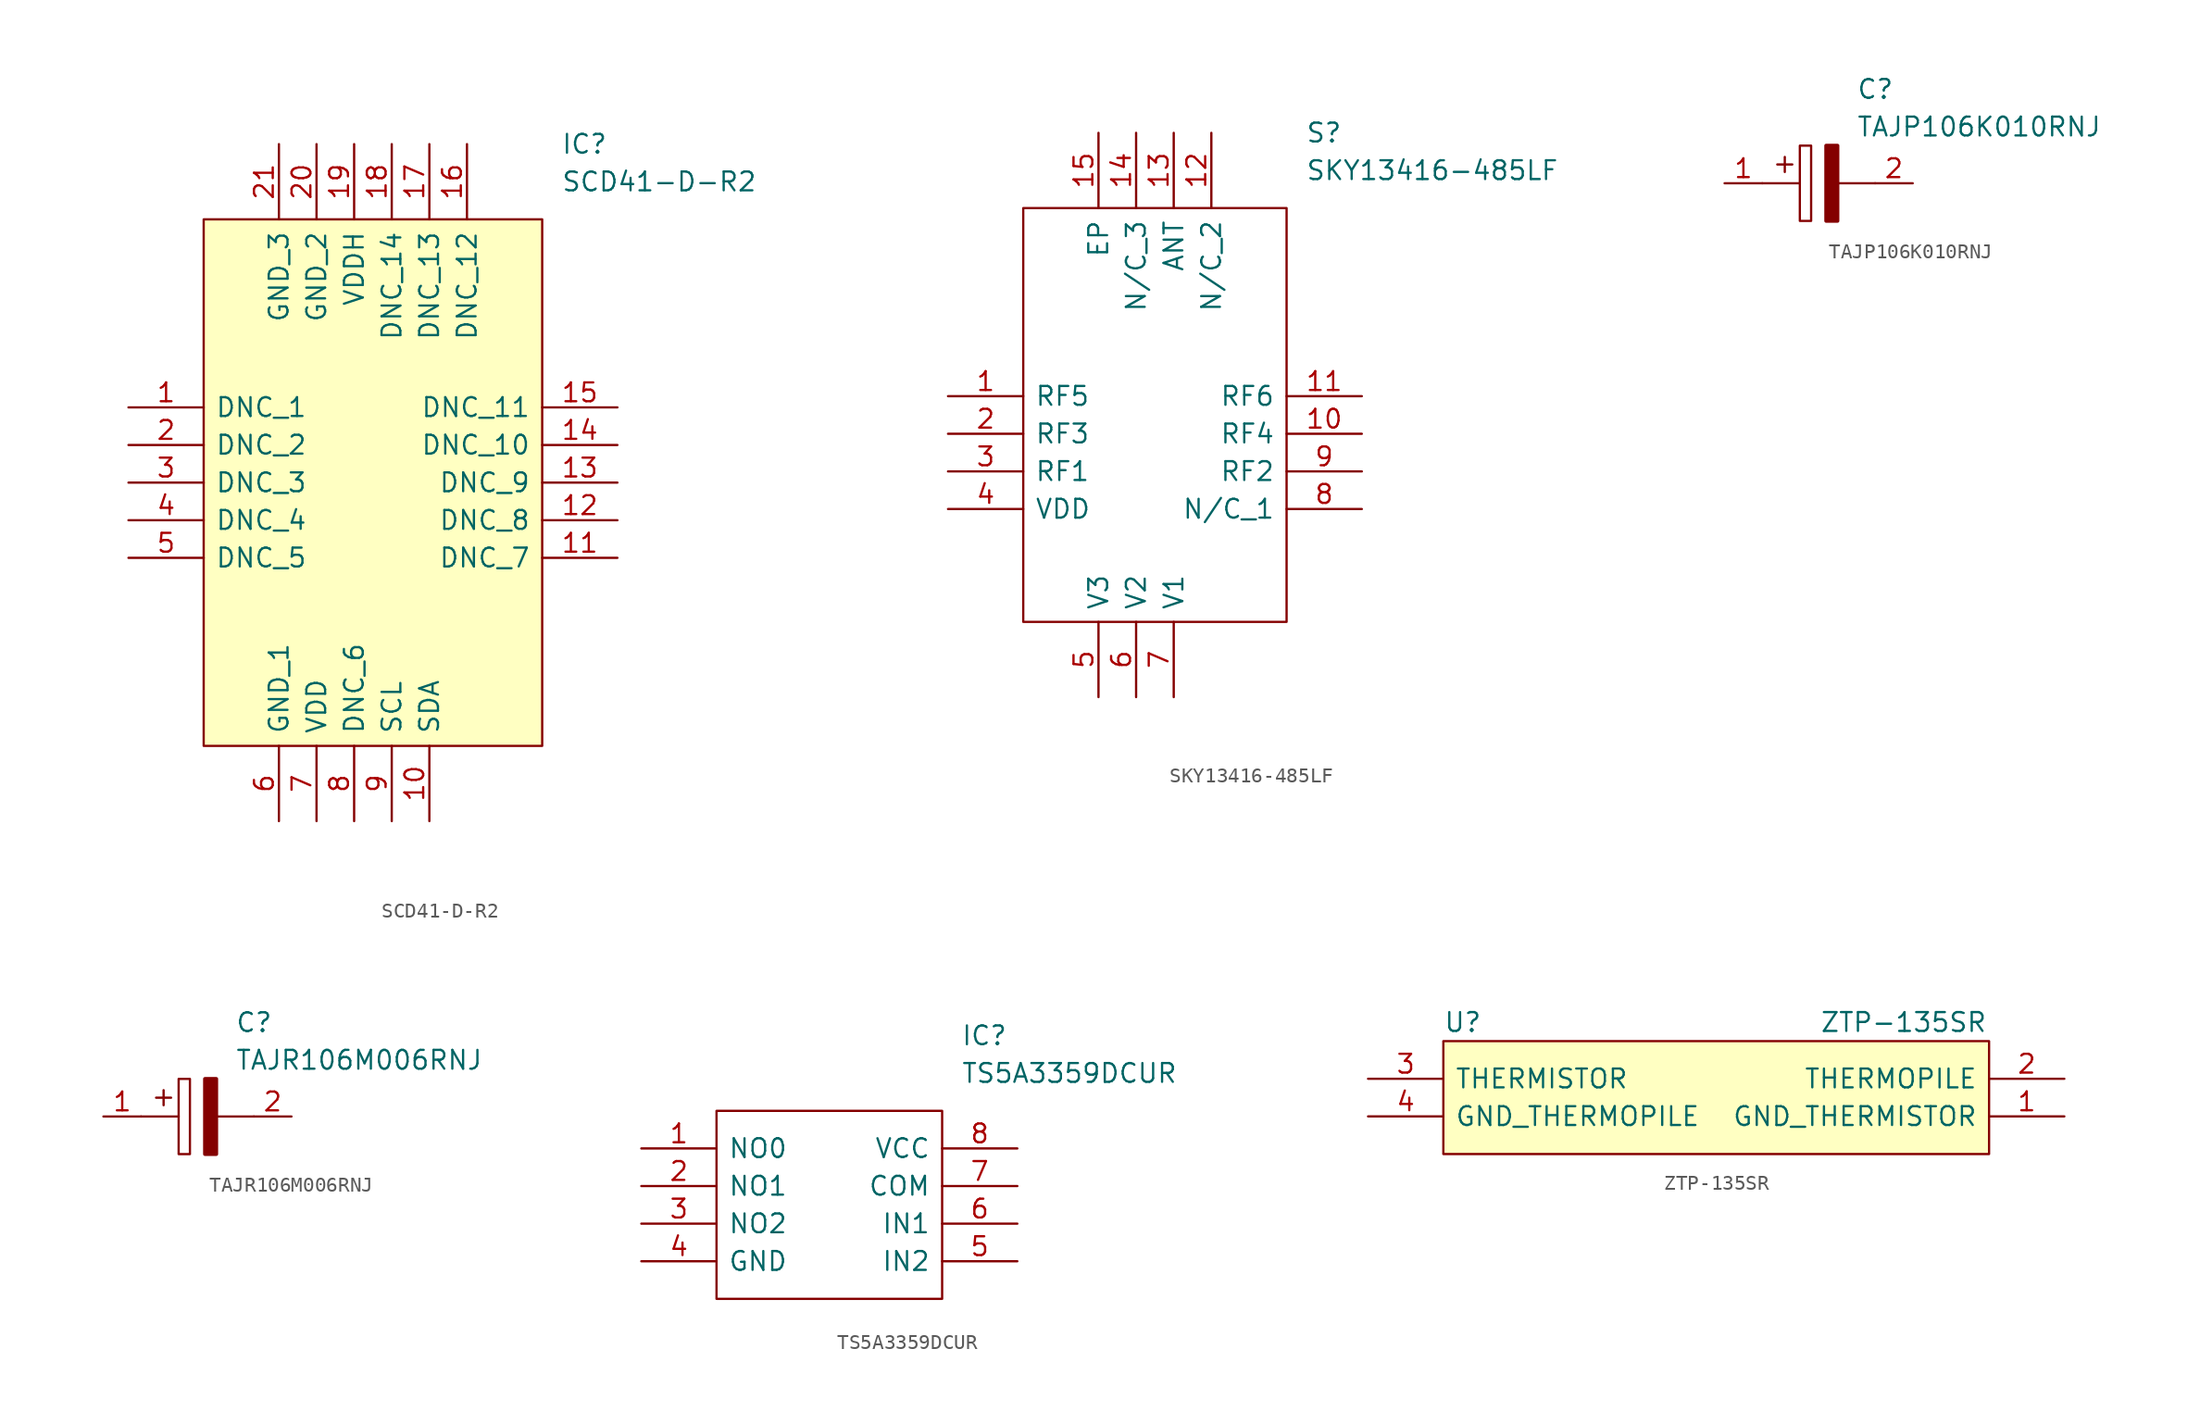
<source format=kicad_sym>
(kicad_symbol_lib
  (version 20211014)
  (generator kicad_symbol_editor)
  (symbol "SCD41-D-R2"
    (pin_names
      (offset 0.762))
    (property "Reference" "IC"
      (at 29.21 17.78 0)
      (effects (font (size 1.27 1.27)) (justify left)))
    (property "Value" "SCD41-D-R2"
      (at 29.21 15.24 0)
      (effects (font (size 1.27 1.27)) (justify left)))
    (symbol "SCD41-D-R2_0_0"
      (pin passive line (at 0 0 0) (length 5.08) (name "DNC_1" (effects (font (size 1.27 1.27)))) (number "1" (effects (font (size 1.27 1.27)))))
      (pin passive line (at 20.32 -27.94 90) (length 5.08) (name "SDA" (effects (font (size 1.27 1.27)))) (number "10" (effects (font (size 1.27 1.27)))))
      (pin passive line (at 33.02 -10.16 180) (length 5.08) (name "DNC_7" (effects (font (size 1.27 1.27)))) (number "11" (effects (font (size 1.27 1.27)))))
      (pin passive line (at 33.02 -7.62 180) (length 5.08) (name "DNC_8" (effects (font (size 1.27 1.27)))) (number "12" (effects (font (size 1.27 1.27)))))
      (pin passive line (at 33.02 -5.08 180) (length 5.08) (name "DNC_9" (effects (font (size 1.27 1.27)))) (number "13" (effects (font (size 1.27 1.27)))))
      (pin passive line (at 33.02 -2.54 180) (length 5.08) (name "DNC_10" (effects (font (size 1.27 1.27)))) (number "14" (effects (font (size 1.27 1.27)))))
      (pin passive line (at 33.02 0 180) (length 5.08) (name "DNC_11" (effects (font (size 1.27 1.27)))) (number "15" (effects (font (size 1.27 1.27)))))
      (pin passive line (at 22.86 17.78 270) (length 5.08) (name "DNC_12" (effects (font (size 1.27 1.27)))) (number "16" (effects (font (size 1.27 1.27)))))
      (pin passive line (at 20.32 17.78 270) (length 5.08) (name "DNC_13" (effects (font (size 1.27 1.27)))) (number "17" (effects (font (size 1.27 1.27)))))
      (pin passive line (at 17.78 17.78 270) (length 5.08) (name "DNC_14" (effects (font (size 1.27 1.27)))) (number "18" (effects (font (size 1.27 1.27)))))
      (pin passive line (at 15.24 17.78 270) (length 5.08) (name "VDDH" (effects (font (size 1.27 1.27)))) (number "19" (effects (font (size 1.27 1.27)))))
      (pin passive line (at 0 -2.54 0) (length 5.08) (name "DNC_2" (effects (font (size 1.27 1.27)))) (number "2" (effects (font (size 1.27 1.27)))))
      (pin passive line (at 12.7 17.78 270) (length 5.08) (name "GND_2" (effects (font (size 1.27 1.27)))) (number "20" (effects (font (size 1.27 1.27)))))
      (pin passive line (at 10.16 17.78 270) (length 5.08) (name "GND_3" (effects (font (size 1.27 1.27)))) (number "21" (effects (font (size 1.27 1.27)))))
      (pin passive line (at 0 -5.08 0) (length 5.08) (name "DNC_3" (effects (font (size 1.27 1.27)))) (number "3" (effects (font (size 1.27 1.27)))))
      (pin passive line (at 0 -7.62 0) (length 5.08) (name "DNC_4" (effects (font (size 1.27 1.27)))) (number "4" (effects (font (size 1.27 1.27)))))
      (pin passive line (at 0 -10.16 0) (length 5.08) (name "DNC_5" (effects (font (size 1.27 1.27)))) (number "5" (effects (font (size 1.27 1.27)))))
      (pin passive line (at 10.16 -27.94 90) (length 5.08) (name "GND_1" (effects (font (size 1.27 1.27)))) (number "6" (effects (font (size 1.27 1.27)))))
      (pin passive line (at 12.7 -27.94 90) (length 5.08) (name "VDD" (effects (font (size 1.27 1.27)))) (number "7" (effects (font (size 1.27 1.27)))))
      (pin passive line (at 15.24 -27.94 90) (length 5.08) (name "DNC_6" (effects (font (size 1.27 1.27)))) (number "8" (effects (font (size 1.27 1.27)))))
      (pin passive line (at 17.78 -27.94 90) (length 5.08) (name "SCL" (effects (font (size 1.27 1.27)))) (number "9" (effects (font (size 1.27 1.27))))))
    (symbol "SCD41-D-R2_0_1"
      (polyline (pts (xy 5.08 12.7) (xy 27.94 12.7) (xy 27.94 -22.86) (xy 5.08 -22.86) (xy 5.08 12.7)) (stroke (width 0.152) (type default) (color 0 0 0 0)) (fill (type background)))))
  (symbol "SKY13416-485LF"
    (pin_names
      (offset 0.762))
    (property "Reference" "S"
      (at 24.13 17.78 0)
      (effects (font (size 1.27 1.27)) (justify left)))
    (property "Value" "SKY13416-485LF"
      (at 24.13 15.24 0)
      (effects (font (size 1.27 1.27)) (justify left)))
    (symbol "SKY13416-485LF_0_0"
      (pin passive line (at 0 0 0) (length 5.08) (name "RF5" (effects (font (size 1.27 1.27)))) (number "1" (effects (font (size 1.27 1.27)))))
      (pin passive line (at 27.94 -2.54 180) (length 5.08) (name "RF4" (effects (font (size 1.27 1.27)))) (number "10" (effects (font (size 1.27 1.27)))))
      (pin passive line (at 27.94 0 180) (length 5.08) (name "RF6" (effects (font (size 1.27 1.27)))) (number "11" (effects (font (size 1.27 1.27)))))
      (pin passive line (at 17.78 17.78 270) (length 5.08) (name "N/C_2" (effects (font (size 1.27 1.27)))) (number "12" (effects (font (size 1.27 1.27)))))
      (pin passive line (at 15.24 17.78 270) (length 5.08) (name "ANT" (effects (font (size 1.27 1.27)))) (number "13" (effects (font (size 1.27 1.27)))))
      (pin passive line (at 12.7 17.78 270) (length 5.08) (name "N/C_3" (effects (font (size 1.27 1.27)))) (number "14" (effects (font (size 1.27 1.27)))))
      (pin passive line (at 10.16 17.78 270) (length 5.08) (name "EP" (effects (font (size 1.27 1.27)))) (number "15" (effects (font (size 1.27 1.27)))))
      (pin passive line (at 0 -2.54 0) (length 5.08) (name "RF3" (effects (font (size 1.27 1.27)))) (number "2" (effects (font (size 1.27 1.27)))))
      (pin passive line (at 0 -5.08 0) (length 5.08) (name "RF1" (effects (font (size 1.27 1.27)))) (number "3" (effects (font (size 1.27 1.27)))))
      (pin passive line (at 0 -7.62 0) (length 5.08) (name "VDD" (effects (font (size 1.27 1.27)))) (number "4" (effects (font (size 1.27 1.27)))))
      (pin passive line (at 10.16 -20.32 90) (length 5.08) (name "V3" (effects (font (size 1.27 1.27)))) (number "5" (effects (font (size 1.27 1.27)))))
      (pin passive line (at 12.7 -20.32 90) (length 5.08) (name "V2" (effects (font (size 1.27 1.27)))) (number "6" (effects (font (size 1.27 1.27)))))
      (pin passive line (at 15.24 -20.32 90) (length 5.08) (name "V1" (effects (font (size 1.27 1.27)))) (number "7" (effects (font (size 1.27 1.27)))))
      (pin passive line (at 27.94 -7.62 180) (length 5.08) (name "N/C_1" (effects (font (size 1.27 1.27)))) (number "8" (effects (font (size 1.27 1.27)))))
      (pin passive line (at 27.94 -5.08 180) (length 5.08) (name "RF2" (effects (font (size 1.27 1.27)))) (number "9" (effects (font (size 1.27 1.27))))))
    (symbol "SKY13416-485LF_0_1"
      (polyline (pts (xy 5.08 12.7) (xy 22.86 12.7) (xy 22.86 -15.24) (xy 5.08 -15.24) (xy 5.08 12.7)) (stroke (width 0.152) (type default) (color 0 0 0 0)) (fill (type none)))))
  (symbol "TAJP106K010RNJ"
    (pin_names
      (offset 0.762))
    (property "Reference" "C"
      (at 8.89 6.35 0)
      (effects (font (size 1.27 1.27)) (justify left)))
    (property "Value" "TAJP106K010RNJ"
      (at 8.89 3.81 0)
      (effects (font (size 1.27 1.27)) (justify left)))
    (symbol "TAJP106K010RNJ_0_0"
      (pin passive line (at 0 0 0) (length 2.54) (name "~" (effects (font (size 1.27 1.27)))) (number "1" (effects (font (size 1.27 1.27)))))
      (pin passive line (at 12.7 0 180) (length 2.54) (name "~" (effects (font (size 1.27 1.27)))) (number "2" (effects (font (size 1.27 1.27))))))
    (symbol "TAJP106K010RNJ_0_1"
      (polyline (pts (xy 2.54 0) (xy 5.08 0)) (stroke (width 0.152) (type default) (color 0 0 0 0)) (fill (type none)))
      (polyline (pts (xy 4.064 1.778) (xy 4.064 0.762)) (stroke (width 0.152) (type default) (color 0 0 0 0)) (fill (type none)))
      (polyline (pts (xy 4.572 1.27) (xy 3.556 1.27)) (stroke (width 0.152) (type default) (color 0 0 0 0)) (fill (type none)))
      (polyline (pts (xy 7.62 0) (xy 10.16 0)) (stroke (width 0.152) (type default) (color 0 0 0 0)) (fill (type none)))
      (polyline (pts (xy 5.08 2.54) (xy 5.08 -2.54) (xy 5.842 -2.54) (xy 5.842 2.54) (xy 5.08 2.54)) (stroke (width 0.152) (type default) (color 0 0 0 0)) (fill (type none)))
      (polyline (pts (xy 7.62 2.54) (xy 7.62 -2.54) (xy 6.858 -2.54) (xy 6.858 2.54) (xy 7.62 2.54)) (stroke (width 0.254) (type default) (color 0 0 0 0)) (fill (type outline)))))
  (symbol "TAJR106M006RNJ"
    (pin_names
      (offset 0.762))
    (property "Reference" "C"
      (at 8.89 6.35 0)
      (effects (font (size 1.27 1.27)) (justify left)))
    (property "Value" "TAJR106M006RNJ"
      (at 8.89 3.81 0)
      (effects (font (size 1.27 1.27)) (justify left)))
    (symbol "TAJR106M006RNJ_0_0"
      (pin passive line (at 0 0 0) (length 2.54) (name "~" (effects (font (size 1.27 1.27)))) (number "1" (effects (font (size 1.27 1.27)))))
      (pin passive line (at 12.7 0 180) (length 2.54) (name "~" (effects (font (size 1.27 1.27)))) (number "2" (effects (font (size 1.27 1.27))))))
    (symbol "TAJR106M006RNJ_0_1"
      (polyline (pts (xy 2.54 0) (xy 5.08 0)) (stroke (width 0.152) (type default) (color 0 0 0 0)) (fill (type none)))
      (polyline (pts (xy 4.064 1.778) (xy 4.064 0.762)) (stroke (width 0.152) (type default) (color 0 0 0 0)) (fill (type none)))
      (polyline (pts (xy 4.572 1.27) (xy 3.556 1.27)) (stroke (width 0.152) (type default) (color 0 0 0 0)) (fill (type none)))
      (polyline (pts (xy 7.62 0) (xy 10.16 0)) (stroke (width 0.152) (type default) (color 0 0 0 0)) (fill (type none)))
      (polyline (pts (xy 5.08 2.54) (xy 5.08 -2.54) (xy 5.842 -2.54) (xy 5.842 2.54) (xy 5.08 2.54)) (stroke (width 0.152) (type default) (color 0 0 0 0)) (fill (type none)))
      (polyline (pts (xy 7.62 2.54) (xy 7.62 -2.54) (xy 6.858 -2.54) (xy 6.858 2.54) (xy 7.62 2.54)) (stroke (width 0.254) (type default) (color 0 0 0 0)) (fill (type outline)))))
  (symbol "TS5A3359DCUR"
    (pin_names
      (offset 0.762))
    (property "Reference" "IC"
      (at 21.59 7.62 0)
      (effects (font (size 1.27 1.27)) (justify left)))
    (property "Value" "TS5A3359DCUR"
      (at 21.59 5.08 0)
      (effects (font (size 1.27 1.27)) (justify left)))
    (symbol "TS5A3359DCUR_0_0"
      (pin passive line (at 0 0 0) (length 5.08) (name "NO0" (effects (font (size 1.27 1.27)))) (number "1" (effects (font (size 1.27 1.27)))))
      (pin passive line (at 0 -2.54 0) (length 5.08) (name "NO1" (effects (font (size 1.27 1.27)))) (number "2" (effects (font (size 1.27 1.27)))))
      (pin passive line (at 0 -5.08 0) (length 5.08) (name "NO2" (effects (font (size 1.27 1.27)))) (number "3" (effects (font (size 1.27 1.27)))))
      (pin passive line (at 0 -7.62 0) (length 5.08) (name "GND" (effects (font (size 1.27 1.27)))) (number "4" (effects (font (size 1.27 1.27)))))
      (pin passive line (at 25.4 -7.62 180) (length 5.08) (name "IN2" (effects (font (size 1.27 1.27)))) (number "5" (effects (font (size 1.27 1.27)))))
      (pin passive line (at 25.4 -5.08 180) (length 5.08) (name "IN1" (effects (font (size 1.27 1.27)))) (number "6" (effects (font (size 1.27 1.27)))))
      (pin passive line (at 25.4 -2.54 180) (length 5.08) (name "COM" (effects (font (size 1.27 1.27)))) (number "7" (effects (font (size 1.27 1.27)))))
      (pin passive line (at 25.4 0 180) (length 5.08) (name "VCC" (effects (font (size 1.27 1.27)))) (number "8" (effects (font (size 1.27 1.27))))))
    (symbol "TS5A3359DCUR_0_1"
      (polyline (pts (xy 5.08 2.54) (xy 20.32 2.54) (xy 20.32 -10.16) (xy 5.08 -10.16) (xy 5.08 2.54)) (stroke (width 0.152) (type default) (color 0 0 0 0)) (fill (type none)))))
  (symbol "ZTP-135SR"
    (pin_names
      (offset 0.762))
    (property "Reference" "U"
      (at 5.08 3.81 0)
      (effects (font (size 1.27 1.27)) (justify left)))
    (property "Value" "ZTP-135SR"
      (at 30.48 3.81 0)
      (effects (font (size 1.27 1.27)) (justify left)))
    (symbol "ZTP-135SR_0_0"
      (pin passive line (at 46.99 -2.54 180) (length 5.08) (name "GND_THERMISTOR" (effects (font (size 1.27 1.27)))) (number "1" (effects (font (size 1.27 1.27)))))
      (pin passive line (at 46.99 0 180) (length 5.08) (name "THERMOPILE" (effects (font (size 1.27 1.27)))) (number "2" (effects (font (size 1.27 1.27)))))
      (pin passive line (at 0 0 0) (length 5.08) (name "THERMISTOR" (effects (font (size 1.27 1.27)))) (number "3" (effects (font (size 1.27 1.27)))))
      (pin passive line (at 0 -2.54 0) (length 5.08) (name "GND_THERMOPILE" (effects (font (size 1.27 1.27)))) (number "4" (effects (font (size 1.27 1.27))))))
    (symbol "ZTP-135SR_0_1"
      (rectangle (start 5.08 2.54) (end 41.91 -5.08) (stroke (width 0) (type default) (color 0 0 0 0)) (fill (type background))))))
</source>
